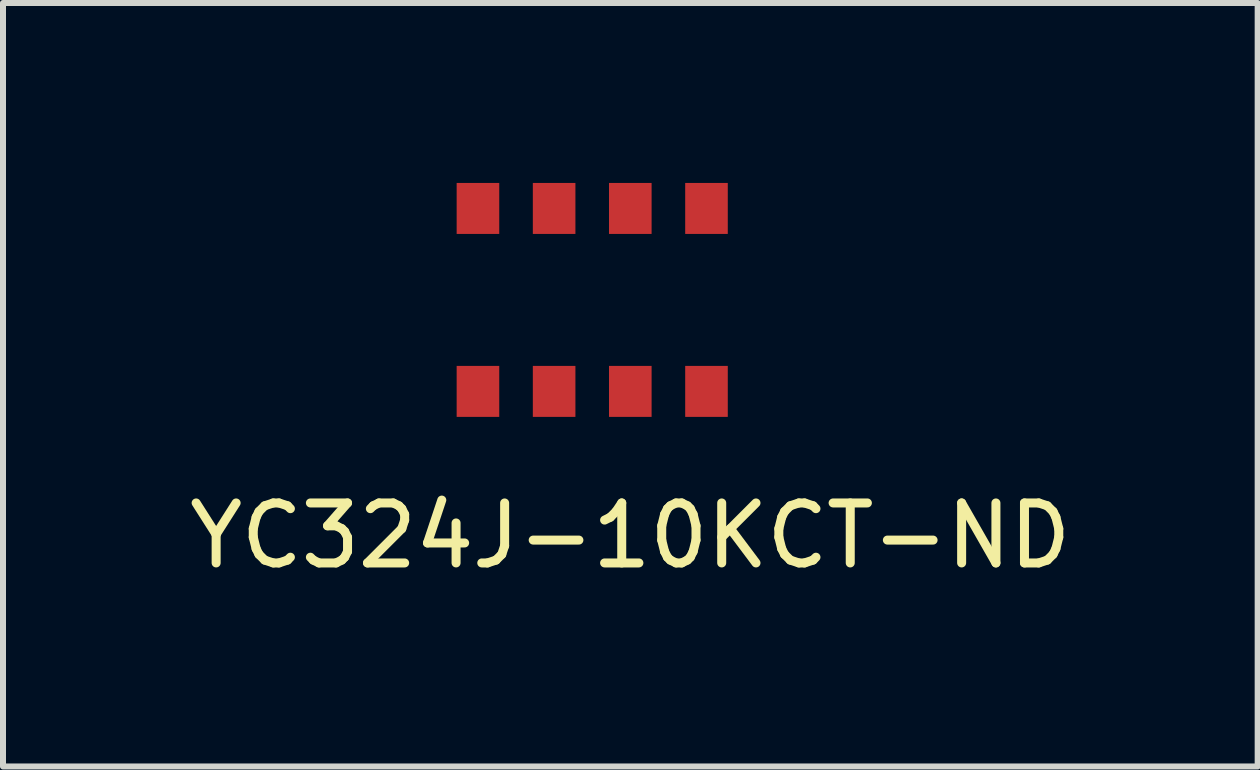
<source format=kicad_pcb>
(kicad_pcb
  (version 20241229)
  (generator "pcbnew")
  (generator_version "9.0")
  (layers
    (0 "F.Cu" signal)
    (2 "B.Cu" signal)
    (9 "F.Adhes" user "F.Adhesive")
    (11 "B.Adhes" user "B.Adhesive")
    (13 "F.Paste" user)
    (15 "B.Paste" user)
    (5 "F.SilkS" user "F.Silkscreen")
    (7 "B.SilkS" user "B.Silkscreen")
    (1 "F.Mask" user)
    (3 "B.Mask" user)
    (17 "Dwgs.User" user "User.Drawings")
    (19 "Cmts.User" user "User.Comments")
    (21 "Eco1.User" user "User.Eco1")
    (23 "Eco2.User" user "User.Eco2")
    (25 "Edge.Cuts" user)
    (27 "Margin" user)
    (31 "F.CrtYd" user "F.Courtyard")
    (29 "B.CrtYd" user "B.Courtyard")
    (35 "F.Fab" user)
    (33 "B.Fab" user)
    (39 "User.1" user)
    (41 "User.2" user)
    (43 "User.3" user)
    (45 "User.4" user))
  (footprint "YC324J-10KCT-ND"
    (layer "F.Cu")
    (at 4.918 3.475)
    (property "Reference" "YC324J-10KCT-ND" (at 2.54 2.405 0) (layer "F.SilkS") (effects (font (size 1 1) (thickness 0.15))))
    (attr through_hole)
    (pad "1" smd rect (at 0 0) (size 0.71 0.85) (layers "F.Cu" "F.Mask" "F.Paste"))
    (pad "2" smd rect (at 1.27 0) (size 0.71 0.85) (layers "F.Cu" "F.Mask" "F.Paste"))
    (pad "3" smd rect (at 2.54 0) (size 0.71 0.85) (layers "F.Cu" "F.Mask" "F.Paste"))
    (pad "4" smd rect (at 3.81 0) (size 0.71 0.85) (layers "F.Cu" "F.Mask" "F.Paste"))
    (pad "5" smd rect (at 0 -3.05) (size 0.71 0.85) (layers "F.Cu" "F.Mask" "F.Paste"))
    (pad "6" smd rect (at 1.27 -3.05) (size 0.71 0.85) (layers "F.Cu" "F.Mask" "F.Paste"))
    (pad "7" smd rect (at 2.54 -3.05) (size 0.71 0.85) (layers "F.Cu" "F.Mask" "F.Paste"))
    (pad "8" smd rect (at 3.81 -3.05) (size 0.71 0.85) (layers "F.Cu" "F.Mask" "F.Paste")))
  (gr_rect
    (start -3 -3)
    (end 17.917 9.728)
    (stroke (width 0.1) (type default))
    (fill no)
    (layer "Edge.Cuts")))
</source>
